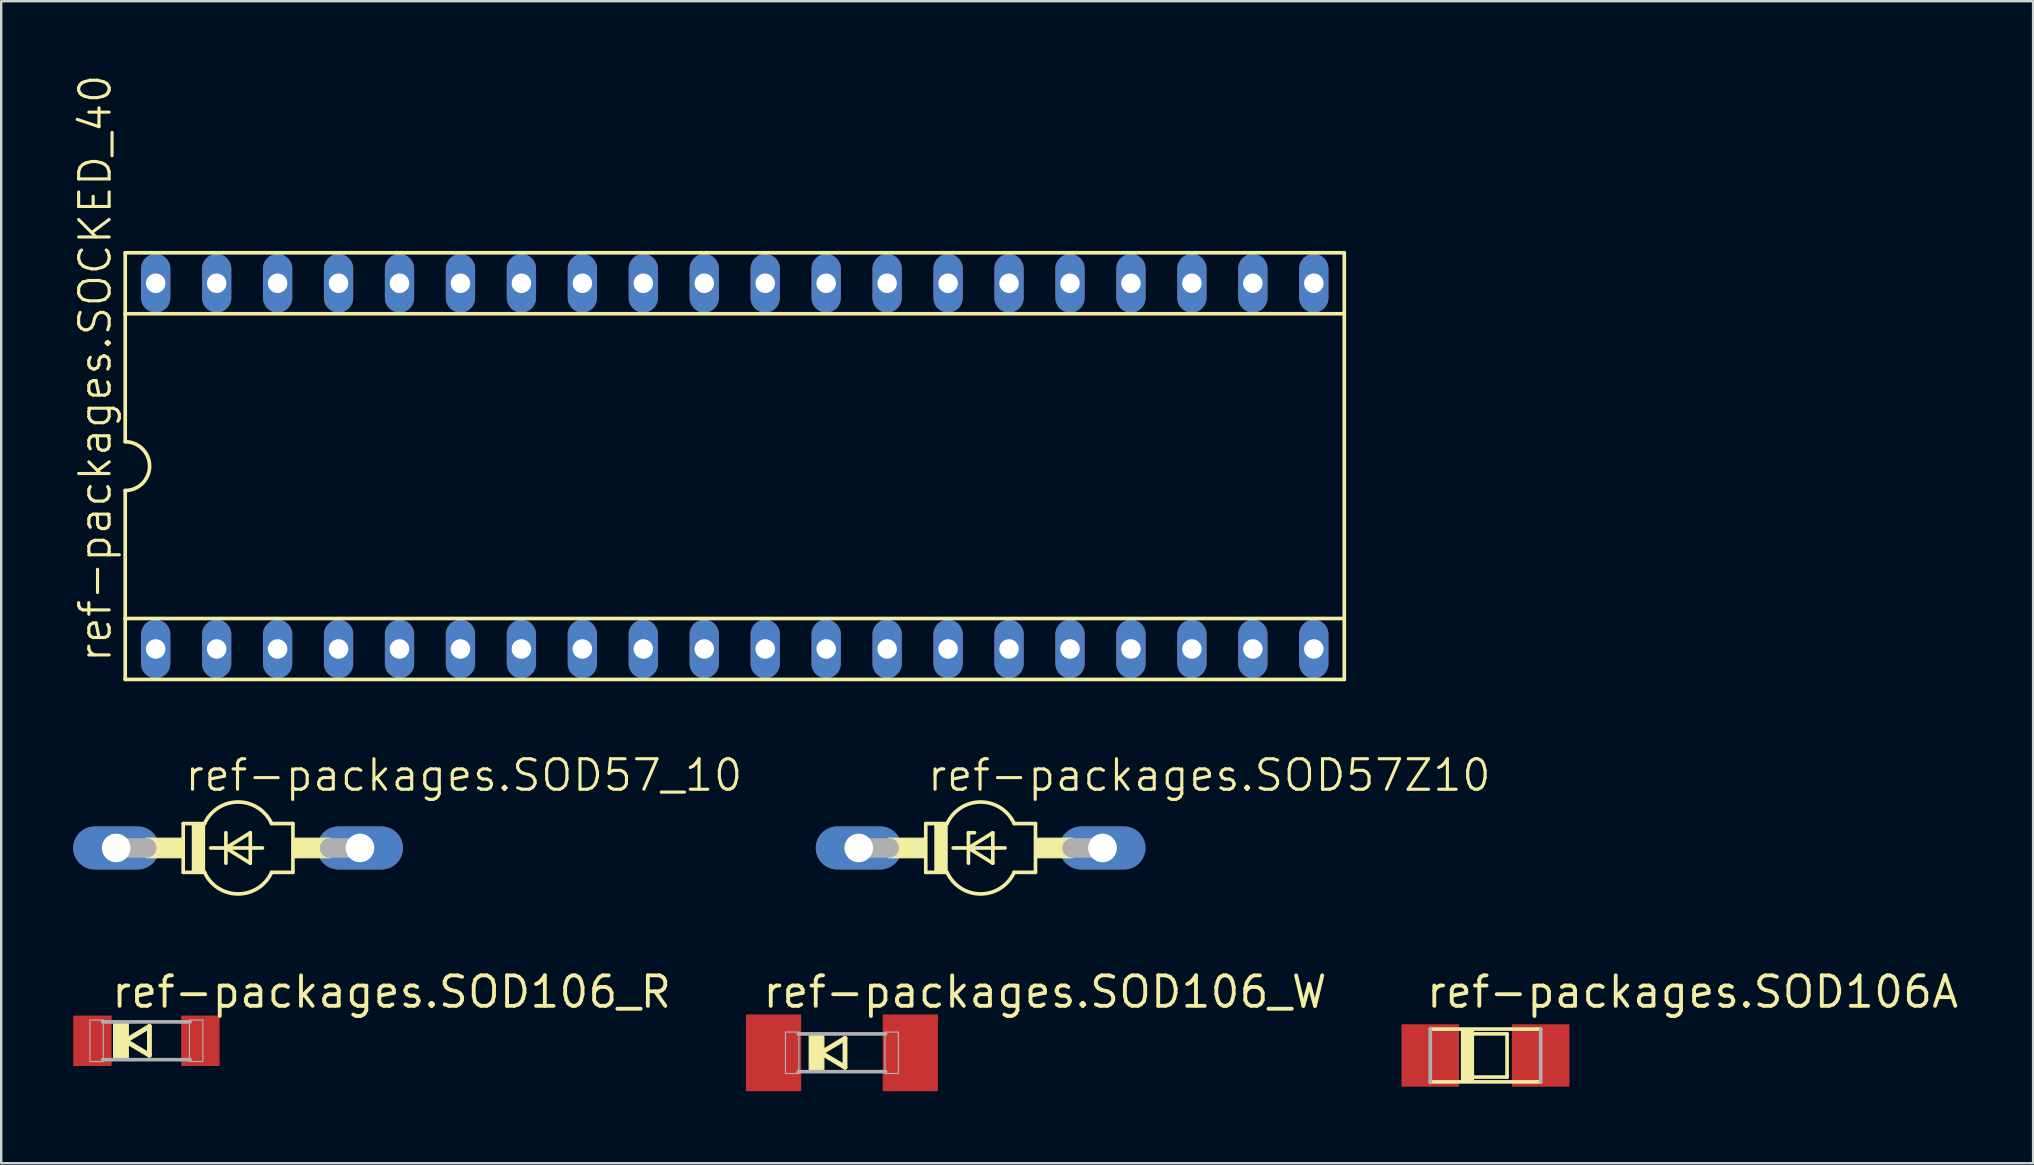
<source format=kicad_pcb>
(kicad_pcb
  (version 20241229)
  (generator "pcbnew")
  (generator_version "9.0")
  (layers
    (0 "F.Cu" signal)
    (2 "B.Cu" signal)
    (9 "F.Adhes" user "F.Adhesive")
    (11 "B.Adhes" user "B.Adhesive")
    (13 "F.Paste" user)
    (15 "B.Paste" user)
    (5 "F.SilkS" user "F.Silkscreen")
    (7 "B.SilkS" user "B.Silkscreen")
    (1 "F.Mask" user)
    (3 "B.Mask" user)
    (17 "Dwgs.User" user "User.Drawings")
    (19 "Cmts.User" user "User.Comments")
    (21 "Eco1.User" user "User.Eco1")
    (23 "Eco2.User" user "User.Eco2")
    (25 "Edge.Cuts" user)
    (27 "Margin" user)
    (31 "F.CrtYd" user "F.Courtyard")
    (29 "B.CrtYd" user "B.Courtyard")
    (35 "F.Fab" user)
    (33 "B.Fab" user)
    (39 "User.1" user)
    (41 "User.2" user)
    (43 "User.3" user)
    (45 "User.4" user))
  (footprint "ref-packages.SOD106_W"
    (layer "F.Cu")
    (at 32.035 40.821)
    (property "Reference" "ref-packages.SOD106_W" (at -3.374 -1.793 0) (layer "F.SilkS") (effects (font (size 1.27 1.27) (thickness 0.16)) (justify left bottom)))
    (attr smd)
    (fp_line (start -0.873 0) (end 0.127 0.6) (stroke (width 0.203) (type default)) (layer "F.SilkS"))
    (fp_line (start 0.127 -0.6) (end -0.873 0) (stroke (width 0.203) (type default)) (layer "F.SilkS"))
    (fp_line (start 0.127 0.6) (end 0.127 -0.6) (stroke (width 0.203) (type default)) (layer "F.SilkS"))
    (fp_rect (start -1.364 0.787) (end -0.754 -0.787) (stroke (width 0.05) (type default)) (fill yes) (layer "F.SilkS"))
    (fp_line (start 1.821 -0.787) (end -1.821 -0.787) (stroke (width 0.152) (type default)) (layer "F.Fab"))
    (fp_line (start 1.821 0.787) (end -1.821 0.787) (stroke (width 0.152) (type default)) (layer "F.Fab"))
    (fp_rect (start -2.354 0.864) (end -1.795 -0.864) (stroke (width 0.05) (type default)) (fill no) (layer "F.Fab"))
    (fp_rect (start 1.795 0.864) (end 2.354 -0.864) (stroke (width 0.05) (type default)) (fill no) (layer "F.Fab"))
    (pad "A" smd roundrect (at 2.85 0) (size 2.3 3.2) (layers "F.Cu" "F.Mask" "F.Paste") (roundrect_rratio 0.01))
    (pad "C" smd roundrect (at -2.85 0) (size 2.3 3.2) (layers "F.Cu" "F.Mask" "F.Paste") (roundrect_rratio 0.01)))
  (footprint "ref-packages.SOCKED_40"
    (layer "F.Cu")
    (at 27.568 16.374)
    (property "Reference" "ref-packages.SOCKED_40" (at -25.908 8.255 90) (layer "F.SilkS") (effects (font (size 1.27 1.27) (thickness 0.13)) (justify left bottom)))
    (attr through_hole)
    (fp_line (start -25.4 -8.89) (end -25.4 -6.35) (stroke (width 0.152) (type default)) (layer "F.SilkS"))
    (fp_line (start -25.4 -6.35) (end -25.4 -1.016) (stroke (width 0.152) (type default)) (layer "F.SilkS"))
    (fp_line (start -25.4 -6.35) (end 25.4 -6.35) (stroke (width 0.152) (type default)) (layer "F.SilkS"))
    (fp_line (start -25.4 6.35) (end -25.4 1.016) (stroke (width 0.152) (type default)) (layer "F.SilkS"))
    (fp_line (start -25.4 6.35) (end 25.4 6.35) (stroke (width 0.152) (type default)) (layer "F.SilkS"))
    (fp_line (start -25.4 8.89) (end -25.4 6.35) (stroke (width 0.152) (type default)) (layer "F.SilkS"))
    (fp_line (start -25.4 8.89) (end 25.4 8.89) (stroke (width 0.152) (type default)) (layer "F.SilkS"))
    (fp_line (start 25.4 -8.89) (end -25.4 -8.89) (stroke (width 0.152) (type default)) (layer "F.SilkS"))
    (fp_line (start 25.4 -8.89) (end 25.4 -6.35) (stroke (width 0.152) (type default)) (layer "F.SilkS"))
    (fp_line (start 25.4 -6.35) (end 25.4 6.35) (stroke (width 0.152) (type default)) (layer "F.SilkS"))
    (fp_line (start 25.4 6.35) (end 25.4 8.89) (stroke (width 0.152) (type default)) (layer "F.SilkS"))
    (fp_arc (start -25.4 -1.016) (mid -24.384 0) (end -25.4 1.016) (stroke (width 0.1524) (type default)) (layer "F.SilkS"))
    (pad "1" thru_hole oval (at -24.13 7.62 90) (size 2.438 1.219) (drill 0.813) (layers "*.Cu" "*.Mask"))
    (pad "2" thru_hole oval (at -21.59 7.62 90) (size 2.438 1.219) (drill 0.813) (layers "*.Cu" "*.Mask"))
    (pad "3" thru_hole oval (at -19.05 7.62 90) (size 2.438 1.219) (drill 0.813) (layers "*.Cu" "*.Mask"))
    (pad "4" thru_hole oval (at -16.51 7.62 90) (size 2.438 1.219) (drill 0.813) (layers "*.Cu" "*.Mask"))
    (pad "5" thru_hole oval (at -13.97 7.62 90) (size 2.438 1.219) (drill 0.813) (layers "*.Cu" "*.Mask"))
    (pad "6" thru_hole oval (at -11.43 7.62 90) (size 2.438 1.219) (drill 0.813) (layers "*.Cu" "*.Mask"))
    (pad "7" thru_hole oval (at -8.89 7.62 90) (size 2.438 1.219) (drill 0.813) (layers "*.Cu" "*.Mask"))
    (pad "8" thru_hole oval (at -6.35 7.62 90) (size 2.438 1.219) (drill 0.813) (layers "*.Cu" "*.Mask"))
    (pad "9" thru_hole oval (at -3.81 7.62 90) (size 2.438 1.219) (drill 0.813) (layers "*.Cu" "*.Mask"))
    (pad "10" thru_hole oval (at -1.27 7.62 90) (size 2.438 1.219) (drill 0.813) (layers "*.Cu" "*.Mask"))
    (pad "11" thru_hole oval (at 1.27 7.62 90) (size 2.438 1.219) (drill 0.813) (layers "*.Cu" "*.Mask"))
    (pad "12" thru_hole oval (at 3.81 7.62 90) (size 2.438 1.219) (drill 0.813) (layers "*.Cu" "*.Mask"))
    (pad "13" thru_hole oval (at 6.35 7.62 90) (size 2.438 1.219) (drill 0.813) (layers "*.Cu" "*.Mask"))
    (pad "14" thru_hole oval (at 8.89 7.62 90) (size 2.438 1.219) (drill 0.813) (layers "*.Cu" "*.Mask"))
    (pad "15" thru_hole oval (at 11.43 7.62 90) (size 2.438 1.219) (drill 0.813) (layers "*.Cu" "*.Mask"))
    (pad "16" thru_hole oval (at 13.97 7.62 90) (size 2.438 1.219) (drill 0.813) (layers "*.Cu" "*.Mask"))
    (pad "17" thru_hole oval (at 16.51 7.62 90) (size 2.438 1.219) (drill 0.813) (layers "*.Cu" "*.Mask"))
    (pad "18" thru_hole oval (at 19.05 7.62 90) (size 2.438 1.219) (drill 0.813) (layers "*.Cu" "*.Mask"))
    (pad "19" thru_hole oval (at 21.59 7.62 90) (size 2.438 1.219) (drill 0.813) (layers "*.Cu" "*.Mask"))
    (pad "20" thru_hole oval (at 24.13 7.62 90) (size 2.438 1.219) (drill 0.813) (layers "*.Cu" "*.Mask"))
    (pad "21" thru_hole oval (at 24.13 -7.62 90) (size 2.438 1.219) (drill 0.813) (layers "*.Cu" "*.Mask"))
    (pad "22" thru_hole oval (at 21.59 -7.62 90) (size 2.438 1.219) (drill 0.813) (layers "*.Cu" "*.Mask"))
    (pad "23" thru_hole oval (at 19.05 -7.62 90) (size 2.438 1.219) (drill 0.813) (layers "*.Cu" "*.Mask"))
    (pad "24" thru_hole oval (at 16.51 -7.62 90) (size 2.438 1.219) (drill 0.813) (layers "*.Cu" "*.Mask"))
    (pad "25" thru_hole oval (at 13.97 -7.62 90) (size 2.438 1.219) (drill 0.813) (layers "*.Cu" "*.Mask"))
    (pad "26" thru_hole oval (at 11.43 -7.62 90) (size 2.438 1.219) (drill 0.813) (layers "*.Cu" "*.Mask"))
    (pad "27" thru_hole oval (at 8.89 -7.62 90) (size 2.438 1.219) (drill 0.813) (layers "*.Cu" "*.Mask"))
    (pad "28" thru_hole oval (at 6.35 -7.62 90) (size 2.438 1.219) (drill 0.813) (layers "*.Cu" "*.Mask"))
    (pad "29" thru_hole oval (at 3.81 -7.62 90) (size 2.438 1.219) (drill 0.813) (layers "*.Cu" "*.Mask"))
    (pad "30" thru_hole oval (at 1.27 -7.62 90) (size 2.438 1.219) (drill 0.813) (layers "*.Cu" "*.Mask"))
    (pad "31" thru_hole oval (at -1.27 -7.62 90) (size 2.438 1.219) (drill 0.813) (layers "*.Cu" "*.Mask"))
    (pad "32" thru_hole oval (at -3.81 -7.62 90) (size 2.438 1.219) (drill 0.813) (layers "*.Cu" "*.Mask"))
    (pad "33" thru_hole oval (at -6.35 -7.62 90) (size 2.438 1.219) (drill 0.813) (layers "*.Cu" "*.Mask"))
    (pad "34" thru_hole oval (at -8.89 -7.62 90) (size 2.438 1.219) (drill 0.813) (layers "*.Cu" "*.Mask"))
    (pad "35" thru_hole oval (at -11.43 -7.62 90) (size 2.438 1.219) (drill 0.813) (layers "*.Cu" "*.Mask"))
    (pad "36" thru_hole oval (at -13.97 -7.62 90) (size 2.438 1.219) (drill 0.813) (layers "*.Cu" "*.Mask"))
    (pad "37" thru_hole oval (at -16.51 -7.62 90) (size 2.438 1.219) (drill 0.813) (layers "*.Cu" "*.Mask"))
    (pad "38" thru_hole oval (at -19.05 -7.62 90) (size 2.438 1.219) (drill 0.813) (layers "*.Cu" "*.Mask"))
    (pad "39" thru_hole oval (at -21.59 -7.62 90) (size 2.438 1.219) (drill 0.813) (layers "*.Cu" "*.Mask"))
    (pad "40" thru_hole oval (at -24.13 -7.62 90) (size 2.438 1.219) (drill 0.813) (layers "*.Cu" "*.Mask")))
  (footprint "ref-packages.SOD106A"
    (layer "F.Cu")
    (at 58.852 40.933)
    (property "Reference" "ref-packages.SOD106A" (at -2.54 -1.905 0) (layer "F.SilkS") (effects (font (size 1.27 1.27) (thickness 0.16)) (justify left bottom)))
    (attr smd)
    (fp_line (start -2.3 -1.1) (end 2.3 -1.1) (stroke (width 0.152) (type default)) (layer "F.SilkS"))
    (fp_line (start -2.3 1.1) (end 2.3 1.1) (stroke (width 0.152) (type default)) (layer "F.SilkS"))
    (fp_line (start -0.9 -0.9) (end 0.9 -0.9) (stroke (width 0.152) (type default)) (layer "F.SilkS"))
    (fp_line (start -0.9 0.9) (end -0.9 -0.9) (stroke (width 0.152) (type default)) (layer "F.SilkS"))
    (fp_line (start 0.9 -0.9) (end 0.9 0.9) (stroke (width 0.152) (type default)) (layer "F.SilkS"))
    (fp_line (start 0.9 0.9) (end -0.9 0.9) (stroke (width 0.152) (type default)) (layer "F.SilkS"))
    (fp_rect (start -1 1.1) (end -0.5 -1.1) (stroke (width 0.05) (type default)) (fill yes) (layer "F.SilkS"))
    (fp_line (start -2.3 1.1) (end -2.3 -1.1) (stroke (width 0.152) (type default)) (layer "F.Fab"))
    (fp_line (start 2.3 1.1) (end 2.3 -1.1) (stroke (width 0.152) (type default)) (layer "F.Fab"))
    (pad "A" smd roundrect (at 2.3 0) (size 2.4 2.6) (layers "F.Cu" "F.Mask" "F.Paste") (roundrect_rratio 0.01))
    (pad "K" smd roundrect (at -2.3 0) (size 2.4 2.6) (layers "F.Cu" "F.Mask" "F.Paste") (roundrect_rratio 0.01)))
  (footprint "ref-packages.SOD106_R"
    (layer "F.Cu")
    (at 3.05 40.321)
    (property "Reference" "ref-packages.SOD106_R" (at -1.524 -1.293 0) (layer "F.SilkS") (effects (font (size 1.27 1.27) (thickness 0.16)) (justify left bottom)))
    (attr smd)
    (fp_line (start -0.873 0) (end 0.127 0.6) (stroke (width 0.203) (type default)) (layer "F.SilkS"))
    (fp_line (start 0.127 -0.6) (end -0.873 0) (stroke (width 0.203) (type default)) (layer "F.SilkS"))
    (fp_line (start 0.127 0.6) (end 0.127 -0.6) (stroke (width 0.203) (type default)) (layer "F.SilkS"))
    (fp_rect (start -1.364 0.787) (end -0.754 -0.787) (stroke (width 0.05) (type default)) (fill yes) (layer "F.SilkS"))
    (fp_line (start 1.821 -0.787) (end -1.821 -0.787) (stroke (width 0.152) (type default)) (layer "F.Fab"))
    (fp_line (start 1.821 0.787) (end -1.821 0.787) (stroke (width 0.152) (type default)) (layer "F.Fab"))
    (fp_rect (start -2.354 0.864) (end -1.795 -0.864) (stroke (width 0.05) (type default)) (fill no) (layer "F.Fab"))
    (fp_rect (start 1.795 0.864) (end 2.354 -0.864) (stroke (width 0.05) (type default)) (fill no) (layer "F.Fab"))
    (pad "A" smd roundrect (at 2.25 0) (size 1.6 2.1) (layers "F.Cu" "F.Mask" "F.Paste") (roundrect_rratio 0.01))
    (pad "C" smd roundrect (at -2.25 0) (size 1.6 2.1) (layers "F.Cu" "F.Mask" "F.Paste") (roundrect_rratio 0.01)))
  (footprint "ref-packages.SOD57Z10"
    (layer "F.Cu")
    (at 37.814 32.286)
    (property "Reference" "ref-packages.SOD57Z10" (at -2.286 -2.286 0) (layer "F.SilkS") (effects (font (size 1.27 1.27) (thickness 0.13)) (justify left bottom)))
    (attr through_hole)
    (fp_line (start -2.286 -1.016) (end -2.286 1.016) (stroke (width 0.152) (type default)) (layer "F.SilkS"))
    (fp_line (start -2.286 -1.016) (end -1.397 -1.016) (stroke (width 0.152) (type default)) (layer "F.SilkS"))
    (fp_line (start -2.286 1.016) (end -1.397 1.016) (stroke (width 0.152) (type default)) (layer "F.SilkS"))
    (fp_line (start -1.143 0) (end -0.508 0) (stroke (width 0.152) (type default)) (layer "F.SilkS"))
    (fp_line (start -0.508 -0.635) (end -0.508 0) (stroke (width 0.152) (type default)) (layer "F.SilkS"))
    (fp_line (start -0.508 0) (end -0.508 0.635) (stroke (width 0.152) (type default)) (layer "F.SilkS"))
    (fp_line (start -0.508 0) (end 0.508 -0.635) (stroke (width 0.152) (type default)) (layer "F.SilkS"))
    (fp_line (start -0.508 0) (end 1.016 0) (stroke (width 0.152) (type default)) (layer "F.SilkS"))
    (fp_line (start -0.254 -0.635) (end -0.508 -0.635) (stroke (width 0.152) (type default)) (layer "F.SilkS"))
    (fp_line (start 0.508 -0.635) (end 0.508 0.635) (stroke (width 0.152) (type default)) (layer "F.SilkS"))
    (fp_line (start 0.508 0.635) (end -0.508 0) (stroke (width 0.152) (type default)) (layer "F.SilkS"))
    (fp_line (start 1.397 1.016) (end 2.286 1.016) (stroke (width 0.152) (type default)) (layer "F.SilkS"))
    (fp_line (start 2.286 -1.016) (end 1.397 -1.016) (stroke (width 0.152) (type default)) (layer "F.SilkS"))
    (fp_line (start 2.286 1.016) (end 2.286 -1.016) (stroke (width 0.152) (type default)) (layer "F.SilkS"))
    (fp_rect (start -3.835 0.406) (end -2.286 -0.406) (stroke (width 0.05) (type default)) (fill yes) (layer "F.SilkS"))
    (fp_rect (start -1.905 1.016) (end -1.397 -1.016) (stroke (width 0.05) (type default)) (fill yes) (layer "F.SilkS"))
    (fp_rect (start 2.286 0.406) (end 3.835 -0.406) (stroke (width 0.05) (type default)) (fill yes) (layer "F.SilkS"))
    (fp_arc (start -1.397 -1.016) (mid 0 -1.915547) (end 1.397 -1.016) (stroke (width 0.1524) (type default)) (layer "F.SilkS"))
    (fp_arc (start 1.397 1.016) (mid 0 1.915547) (end -1.397 1.016) (stroke (width 0.1524) (type default)) (layer "F.SilkS"))
    (fp_line (start -5.08 0) (end -3.81 0) (stroke (width 0.813) (type default)) (layer "F.Fab"))
    (fp_line (start 5.08 0) (end 3.81 0) (stroke (width 0.813) (type default)) (layer "F.Fab"))
    (pad "A" thru_hole oval (at 5.08 0) (size 3.581 1.791) (drill 1.194) (layers "*.Cu" "*.Mask"))
    (pad "C" thru_hole oval (at -5.08 0) (size 3.581 1.791) (drill 1.194) (layers "*.Cu" "*.Mask")))
  (footprint "ref-packages.SOD57_10"
    (layer "F.Cu")
    (at 6.871 32.286)
    (property "Reference" "ref-packages.SOD57_10" (at -2.286 -2.286 0) (layer "F.SilkS") (effects (font (size 1.27 1.27) (thickness 0.13)) (justify left bottom)))
    (attr through_hole)
    (fp_line (start -2.286 -1.016) (end -2.286 1.016) (stroke (width 0.152) (type default)) (layer "F.SilkS"))
    (fp_line (start -2.286 -1.016) (end -1.397 -1.016) (stroke (width 0.152) (type default)) (layer "F.SilkS"))
    (fp_line (start -2.286 1.016) (end -1.397 1.016) (stroke (width 0.152) (type default)) (layer "F.SilkS"))
    (fp_line (start -1.143 0) (end -0.508 0) (stroke (width 0.152) (type default)) (layer "F.SilkS"))
    (fp_line (start -0.508 -0.635) (end -0.508 0) (stroke (width 0.152) (type default)) (layer "F.SilkS"))
    (fp_line (start -0.508 0) (end -0.508 0.635) (stroke (width 0.152) (type default)) (layer "F.SilkS"))
    (fp_line (start -0.508 0) (end 0.508 -0.635) (stroke (width 0.152) (type default)) (layer "F.SilkS"))
    (fp_line (start -0.508 0) (end 1.016 0) (stroke (width 0.152) (type default)) (layer "F.SilkS"))
    (fp_line (start 0.508 -0.635) (end 0.508 0.635) (stroke (width 0.152) (type default)) (layer "F.SilkS"))
    (fp_line (start 0.508 0.635) (end -0.508 0) (stroke (width 0.152) (type default)) (layer "F.SilkS"))
    (fp_line (start 1.397 1.016) (end 2.286 1.016) (stroke (width 0.152) (type default)) (layer "F.SilkS"))
    (fp_line (start 2.286 -1.016) (end 1.397 -1.016) (stroke (width 0.152) (type default)) (layer "F.SilkS"))
    (fp_line (start 2.286 1.016) (end 2.286 -1.016) (stroke (width 0.152) (type default)) (layer "F.SilkS"))
    (fp_rect (start -3.835 0.406) (end -2.286 -0.406) (stroke (width 0.05) (type default)) (fill yes) (layer "F.SilkS"))
    (fp_rect (start -1.905 1.016) (end -1.397 -1.016) (stroke (width 0.05) (type default)) (fill yes) (layer "F.SilkS"))
    (fp_rect (start 2.286 0.406) (end 3.835 -0.406) (stroke (width 0.05) (type default)) (fill yes) (layer "F.SilkS"))
    (fp_arc (start -1.397 -1.016) (mid 0 -1.915547) (end 1.397 -1.016) (stroke (width 0.1524) (type default)) (layer "F.SilkS"))
    (fp_arc (start 1.397 1.016) (mid 0 1.915547) (end -1.397 1.016) (stroke (width 0.1524) (type default)) (layer "F.SilkS"))
    (fp_line (start -5.08 0) (end -3.81 0) (stroke (width 0.813) (type default)) (layer "F.Fab"))
    (fp_line (start 5.08 0) (end 3.81 0) (stroke (width 0.813) (type default)) (layer "F.Fab"))
    (pad "A" thru_hole oval (at 5.08 0) (size 3.581 1.791) (drill 1.194) (layers "*.Cu" "*.Mask"))
    (pad "C" thru_hole oval (at -5.08 0) (size 3.581 1.791) (drill 1.194) (layers "*.Cu" "*.Mask")))
  (gr_rect
    (start -3 -3)
    (end 81.672 45.421)
    (stroke (width 0.1) (type default))
    (fill no)
    (layer "Edge.Cuts")))
</source>
